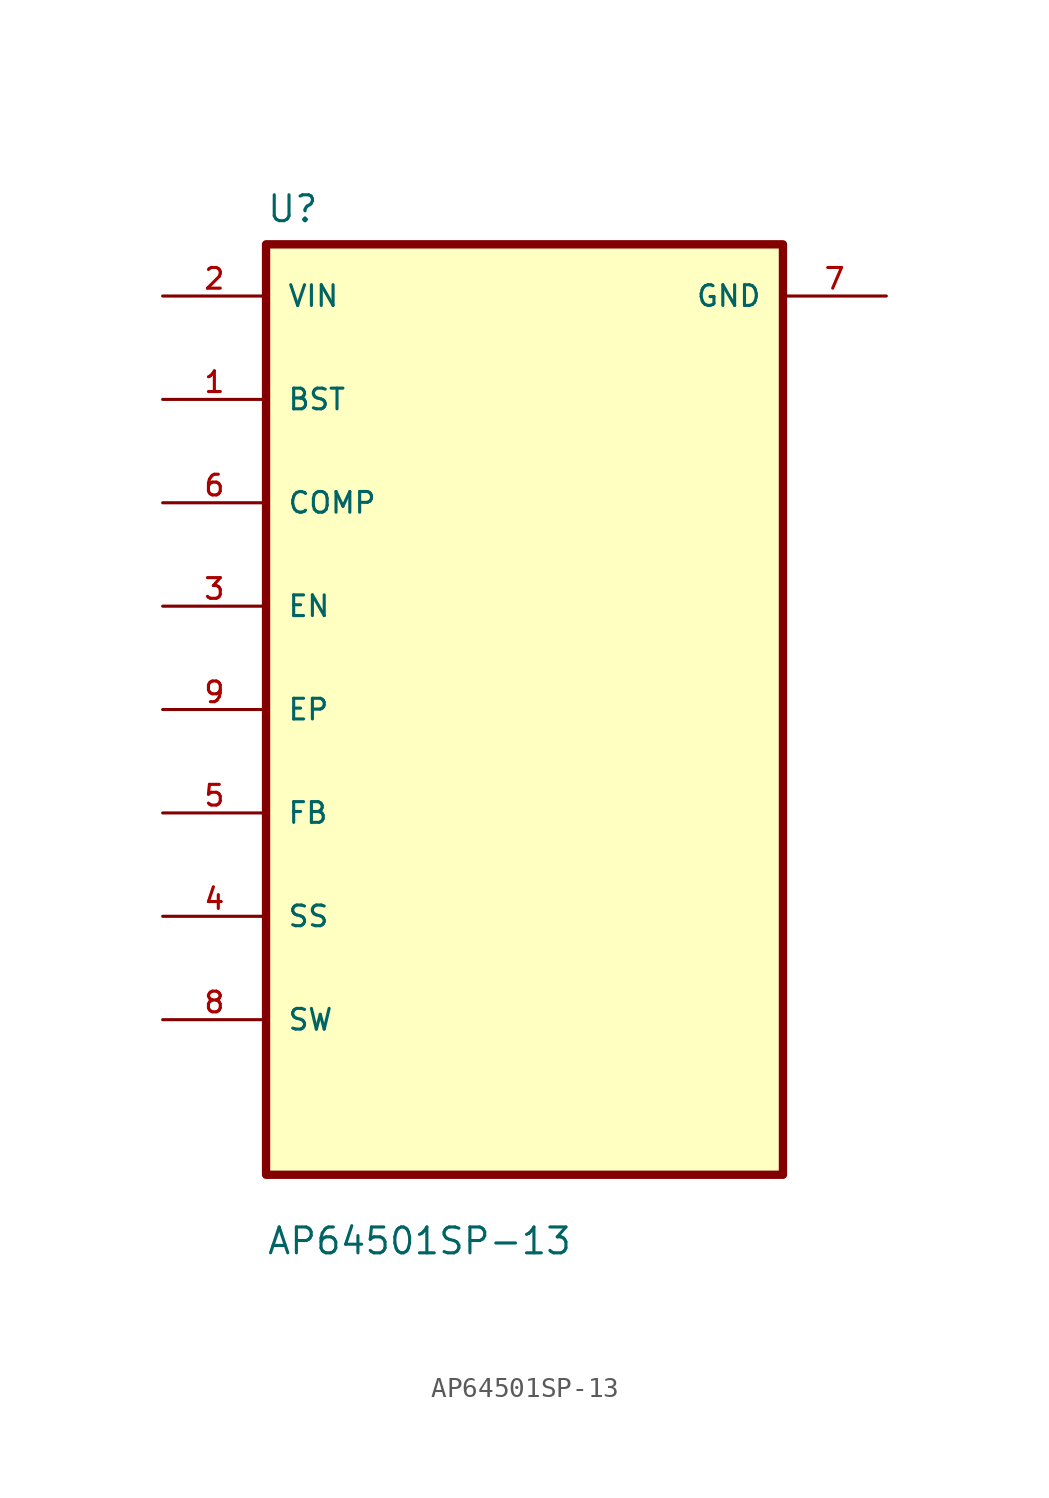
<source format=kicad_sym>
(kicad_symbol_lib
  (version 20211014)
  (generator kicad_symbol_editor)
  (symbol "AP64501SP-13"
    (pin_names
      (offset 1.016))
    (property "Reference" "U"
      (at -12.7 23.86 0.0)
      (effects (font (size 1.27 1.27)) (justify bottom left)))
    (property "Value" "AP64501SP-13"
      (at -12.7 -26.86 0.0)
      (effects (font (size 1.27 1.27)) (justify bottom left)))
    (symbol "AP64501SP-13_0_0"
      (rectangle (start -12.7 -22.86) (end 12.7 22.86) (stroke (width 0.41)) (fill (type background)))
      (pin input line (at -17.78 20.32 0) (length 5.08) (name "VIN" (effects (font (size 1.016 1.016)))) (number "2" (effects (font (size 1.016 1.016)))))
      (pin bidirectional line (at -17.78 15.24 0) (length 5.08) (name "BST" (effects (font (size 1.016 1.016)))) (number "1" (effects (font (size 1.016 1.016)))))
      (pin bidirectional line (at -17.78 10.16 0) (length 5.08) (name "COMP" (effects (font (size 1.016 1.016)))) (number "6" (effects (font (size 1.016 1.016)))))
      (pin bidirectional line (at -17.78 5.08 0) (length 5.08) (name "EN" (effects (font (size 1.016 1.016)))) (number "3" (effects (font (size 1.016 1.016)))))
      (pin bidirectional line (at -17.78 3.5527136788e-15 0) (length 5.08) (name "EP" (effects (font (size 1.016 1.016)))) (number "9" (effects (font (size 1.016 1.016)))))
      (pin bidirectional line (at -17.78 -5.08 0) (length 5.08) (name "FB" (effects (font (size 1.016 1.016)))) (number "5" (effects (font (size 1.016 1.016)))))
      (pin bidirectional line (at -17.78 -10.16 0) (length 5.08) (name "SS" (effects (font (size 1.016 1.016)))) (number "4" (effects (font (size 1.016 1.016)))))
      (pin bidirectional line (at -17.78 -15.24 0) (length 5.08) (name "SW" (effects (font (size 1.016 1.016)))) (number "8" (effects (font (size 1.016 1.016)))))
      (pin power_in line (at 17.78 20.32 180.0) (length 5.08) (name "GND" (effects (font (size 1.016 1.016)))) (number "7" (effects (font (size 1.016 1.016))))))))
</source>
